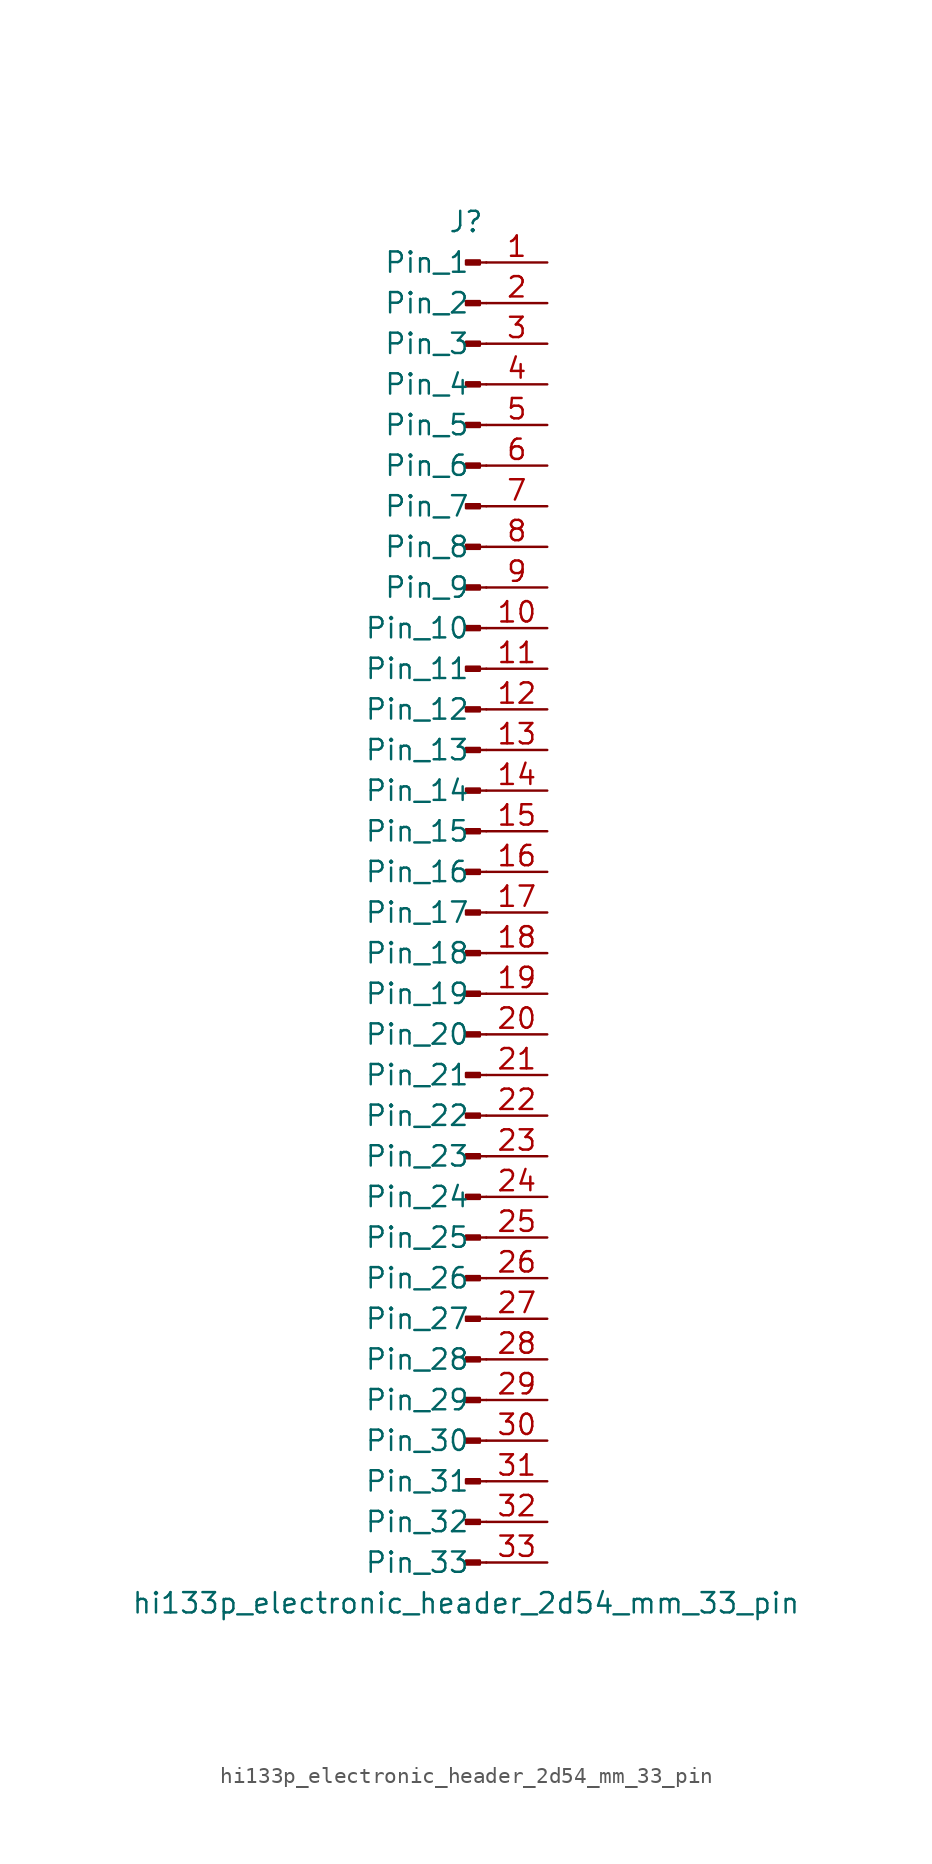
<source format=kicad_sym>
(kicad_symbol_lib
  (version 20220914)
  (generator kicad_symbol_editor)
  (symbol "hi133p_electronic_header_2d54_mm_33_pin"
    (pin_names
      (offset 1.016))
    (property "Reference" "J"
      (at 0 43.18 0)
      (effects (font (size 1.27 1.27))))
    (property "Value" "hi133p_electronic_header_2d54_mm_33_pin"
      (at 0 -43.18 0)
      (effects (font (size 1.27 1.27))))
    (property "ki_locked" ""
      (at 0 0 0)
      (effects (font (size 1.27 1.27))))
    (symbol "hi133p_electronic_header_2d54_mm_33_pin_1_1"
      (polyline (pts (xy 1.27 -40.64) (xy 0.864 -40.64)) (stroke (width 0.152) (type default)) (fill (type none)))
      (polyline (pts (xy 1.27 -38.1) (xy 0.864 -38.1)) (stroke (width 0.152) (type default)) (fill (type none)))
      (polyline (pts (xy 1.27 -35.56) (xy 0.864 -35.56)) (stroke (width 0.152) (type default)) (fill (type none)))
      (polyline (pts (xy 1.27 -33.02) (xy 0.864 -33.02)) (stroke (width 0.152) (type default)) (fill (type none)))
      (polyline (pts (xy 1.27 -30.48) (xy 0.864 -30.48)) (stroke (width 0.152) (type default)) (fill (type none)))
      (polyline (pts (xy 1.27 -27.94) (xy 0.864 -27.94)) (stroke (width 0.152) (type default)) (fill (type none)))
      (polyline (pts (xy 1.27 -25.4) (xy 0.864 -25.4)) (stroke (width 0.152) (type default)) (fill (type none)))
      (polyline (pts (xy 1.27 -22.86) (xy 0.864 -22.86)) (stroke (width 0.152) (type default)) (fill (type none)))
      (polyline (pts (xy 1.27 -20.32) (xy 0.864 -20.32)) (stroke (width 0.152) (type default)) (fill (type none)))
      (polyline (pts (xy 1.27 -17.78) (xy 0.864 -17.78)) (stroke (width 0.152) (type default)) (fill (type none)))
      (polyline (pts (xy 1.27 -15.24) (xy 0.864 -15.24)) (stroke (width 0.152) (type default)) (fill (type none)))
      (polyline (pts (xy 1.27 -12.7) (xy 0.864 -12.7)) (stroke (width 0.152) (type default)) (fill (type none)))
      (polyline (pts (xy 1.27 -10.16) (xy 0.864 -10.16)) (stroke (width 0.152) (type default)) (fill (type none)))
      (polyline (pts (xy 1.27 -7.62) (xy 0.864 -7.62)) (stroke (width 0.152) (type default)) (fill (type none)))
      (polyline (pts (xy 1.27 -5.08) (xy 0.864 -5.08)) (stroke (width 0.152) (type default)) (fill (type none)))
      (polyline (pts (xy 1.27 -2.54) (xy 0.864 -2.54)) (stroke (width 0.152) (type default)) (fill (type none)))
      (polyline (pts (xy 1.27 0) (xy 0.864 0)) (stroke (width 0.152) (type default)) (fill (type none)))
      (polyline (pts (xy 1.27 2.54) (xy 0.864 2.54)) (stroke (width 0.152) (type default)) (fill (type none)))
      (polyline (pts (xy 1.27 5.08) (xy 0.864 5.08)) (stroke (width 0.152) (type default)) (fill (type none)))
      (polyline (pts (xy 1.27 7.62) (xy 0.864 7.62)) (stroke (width 0.152) (type default)) (fill (type none)))
      (polyline (pts (xy 1.27 10.16) (xy 0.864 10.16)) (stroke (width 0.152) (type default)) (fill (type none)))
      (polyline (pts (xy 1.27 12.7) (xy 0.864 12.7)) (stroke (width 0.152) (type default)) (fill (type none)))
      (polyline (pts (xy 1.27 15.24) (xy 0.864 15.24)) (stroke (width 0.152) (type default)) (fill (type none)))
      (polyline (pts (xy 1.27 17.78) (xy 0.864 17.78)) (stroke (width 0.152) (type default)) (fill (type none)))
      (polyline (pts (xy 1.27 20.32) (xy 0.864 20.32)) (stroke (width 0.152) (type default)) (fill (type none)))
      (polyline (pts (xy 1.27 22.86) (xy 0.864 22.86)) (stroke (width 0.152) (type default)) (fill (type none)))
      (polyline (pts (xy 1.27 25.4) (xy 0.864 25.4)) (stroke (width 0.152) (type default)) (fill (type none)))
      (polyline (pts (xy 1.27 27.94) (xy 0.864 27.94)) (stroke (width 0.152) (type default)) (fill (type none)))
      (polyline (pts (xy 1.27 30.48) (xy 0.864 30.48)) (stroke (width 0.152) (type default)) (fill (type none)))
      (polyline (pts (xy 1.27 33.02) (xy 0.864 33.02)) (stroke (width 0.152) (type default)) (fill (type none)))
      (polyline (pts (xy 1.27 35.56) (xy 0.864 35.56)) (stroke (width 0.152) (type default)) (fill (type none)))
      (polyline (pts (xy 1.27 38.1) (xy 0.864 38.1)) (stroke (width 0.152) (type default)) (fill (type none)))
      (polyline (pts (xy 1.27 40.64) (xy 0.864 40.64)) (stroke (width 0.152) (type default)) (fill (type none)))
      (rectangle (start 0.864 -40.513) (end 0 -40.767) (stroke (width 0.152) (type default)) (fill (type outline)))
      (rectangle (start 0.864 -37.973) (end 0 -38.227) (stroke (width 0.152) (type default)) (fill (type outline)))
      (rectangle (start 0.864 -35.433) (end 0 -35.687) (stroke (width 0.152) (type default)) (fill (type outline)))
      (rectangle (start 0.864 -32.893) (end 0 -33.147) (stroke (width 0.152) (type default)) (fill (type outline)))
      (rectangle (start 0.864 -30.353) (end 0 -30.607) (stroke (width 0.152) (type default)) (fill (type outline)))
      (rectangle (start 0.864 -27.813) (end 0 -28.067) (stroke (width 0.152) (type default)) (fill (type outline)))
      (rectangle (start 0.864 -25.273) (end 0 -25.527) (stroke (width 0.152) (type default)) (fill (type outline)))
      (rectangle (start 0.864 -22.733) (end 0 -22.987) (stroke (width 0.152) (type default)) (fill (type outline)))
      (rectangle (start 0.864 -20.193) (end 0 -20.447) (stroke (width 0.152) (type default)) (fill (type outline)))
      (rectangle (start 0.864 -17.653) (end 0 -17.907) (stroke (width 0.152) (type default)) (fill (type outline)))
      (rectangle (start 0.864 -15.113) (end 0 -15.367) (stroke (width 0.152) (type default)) (fill (type outline)))
      (rectangle (start 0.864 -12.573) (end 0 -12.827) (stroke (width 0.152) (type default)) (fill (type outline)))
      (rectangle (start 0.864 -10.033) (end 0 -10.287) (stroke (width 0.152) (type default)) (fill (type outline)))
      (rectangle (start 0.864 -7.493) (end 0 -7.747) (stroke (width 0.152) (type default)) (fill (type outline)))
      (rectangle (start 0.864 -4.953) (end 0 -5.207) (stroke (width 0.152) (type default)) (fill (type outline)))
      (rectangle (start 0.864 -2.413) (end 0 -2.667) (stroke (width 0.152) (type default)) (fill (type outline)))
      (rectangle (start 0.864 0.127) (end 0 -0.127) (stroke (width 0.152) (type default)) (fill (type outline)))
      (rectangle (start 0.864 2.667) (end 0 2.413) (stroke (width 0.152) (type default)) (fill (type outline)))
      (rectangle (start 0.864 5.207) (end 0 4.953) (stroke (width 0.152) (type default)) (fill (type outline)))
      (rectangle (start 0.864 7.747) (end 0 7.493) (stroke (width 0.152) (type default)) (fill (type outline)))
      (rectangle (start 0.864 10.287) (end 0 10.033) (stroke (width 0.152) (type default)) (fill (type outline)))
      (rectangle (start 0.864 12.827) (end 0 12.573) (stroke (width 0.152) (type default)) (fill (type outline)))
      (rectangle (start 0.864 15.367) (end 0 15.113) (stroke (width 0.152) (type default)) (fill (type outline)))
      (rectangle (start 0.864 17.907) (end 0 17.653) (stroke (width 0.152) (type default)) (fill (type outline)))
      (rectangle (start 0.864 20.447) (end 0 20.193) (stroke (width 0.152) (type default)) (fill (type outline)))
      (rectangle (start 0.864 22.987) (end 0 22.733) (stroke (width 0.152) (type default)) (fill (type outline)))
      (rectangle (start 0.864 25.527) (end 0 25.273) (stroke (width 0.152) (type default)) (fill (type outline)))
      (rectangle (start 0.864 28.067) (end 0 27.813) (stroke (width 0.152) (type default)) (fill (type outline)))
      (rectangle (start 0.864 30.607) (end 0 30.353) (stroke (width 0.152) (type default)) (fill (type outline)))
      (rectangle (start 0.864 33.147) (end 0 32.893) (stroke (width 0.152) (type default)) (fill (type outline)))
      (rectangle (start 0.864 35.687) (end 0 35.433) (stroke (width 0.152) (type default)) (fill (type outline)))
      (rectangle (start 0.864 38.227) (end 0 37.973) (stroke (width 0.152) (type default)) (fill (type outline)))
      (rectangle (start 0.864 40.767) (end 0 40.513) (stroke (width 0.152) (type default)) (fill (type outline)))
      (pin passive line (at 5.08 40.64 180) (length 3.81) (name "Pin_1" (effects (font (size 1.27 1.27)))) (number "1" (effects (font (size 1.27 1.27)))))
      (pin passive line (at 5.08 17.78 180) (length 3.81) (name "Pin_10" (effects (font (size 1.27 1.27)))) (number "10" (effects (font (size 1.27 1.27)))))
      (pin passive line (at 5.08 15.24 180) (length 3.81) (name "Pin_11" (effects (font (size 1.27 1.27)))) (number "11" (effects (font (size 1.27 1.27)))))
      (pin passive line (at 5.08 12.7 180) (length 3.81) (name "Pin_12" (effects (font (size 1.27 1.27)))) (number "12" (effects (font (size 1.27 1.27)))))
      (pin passive line (at 5.08 10.16 180) (length 3.81) (name "Pin_13" (effects (font (size 1.27 1.27)))) (number "13" (effects (font (size 1.27 1.27)))))
      (pin passive line (at 5.08 7.62 180) (length 3.81) (name "Pin_14" (effects (font (size 1.27 1.27)))) (number "14" (effects (font (size 1.27 1.27)))))
      (pin passive line (at 5.08 5.08 180) (length 3.81) (name "Pin_15" (effects (font (size 1.27 1.27)))) (number "15" (effects (font (size 1.27 1.27)))))
      (pin passive line (at 5.08 2.54 180) (length 3.81) (name "Pin_16" (effects (font (size 1.27 1.27)))) (number "16" (effects (font (size 1.27 1.27)))))
      (pin passive line (at 5.08 0 180) (length 3.81) (name "Pin_17" (effects (font (size 1.27 1.27)))) (number "17" (effects (font (size 1.27 1.27)))))
      (pin passive line (at 5.08 -2.54 180) (length 3.81) (name "Pin_18" (effects (font (size 1.27 1.27)))) (number "18" (effects (font (size 1.27 1.27)))))
      (pin passive line (at 5.08 -5.08 180) (length 3.81) (name "Pin_19" (effects (font (size 1.27 1.27)))) (number "19" (effects (font (size 1.27 1.27)))))
      (pin passive line (at 5.08 38.1 180) (length 3.81) (name "Pin_2" (effects (font (size 1.27 1.27)))) (number "2" (effects (font (size 1.27 1.27)))))
      (pin passive line (at 5.08 -7.62 180) (length 3.81) (name "Pin_20" (effects (font (size 1.27 1.27)))) (number "20" (effects (font (size 1.27 1.27)))))
      (pin passive line (at 5.08 -10.16 180) (length 3.81) (name "Pin_21" (effects (font (size 1.27 1.27)))) (number "21" (effects (font (size 1.27 1.27)))))
      (pin passive line (at 5.08 -12.7 180) (length 3.81) (name "Pin_22" (effects (font (size 1.27 1.27)))) (number "22" (effects (font (size 1.27 1.27)))))
      (pin passive line (at 5.08 -15.24 180) (length 3.81) (name "Pin_23" (effects (font (size 1.27 1.27)))) (number "23" (effects (font (size 1.27 1.27)))))
      (pin passive line (at 5.08 -17.78 180) (length 3.81) (name "Pin_24" (effects (font (size 1.27 1.27)))) (number "24" (effects (font (size 1.27 1.27)))))
      (pin passive line (at 5.08 -20.32 180) (length 3.81) (name "Pin_25" (effects (font (size 1.27 1.27)))) (number "25" (effects (font (size 1.27 1.27)))))
      (pin passive line (at 5.08 -22.86 180) (length 3.81) (name "Pin_26" (effects (font (size 1.27 1.27)))) (number "26" (effects (font (size 1.27 1.27)))))
      (pin passive line (at 5.08 -25.4 180) (length 3.81) (name "Pin_27" (effects (font (size 1.27 1.27)))) (number "27" (effects (font (size 1.27 1.27)))))
      (pin passive line (at 5.08 -27.94 180) (length 3.81) (name "Pin_28" (effects (font (size 1.27 1.27)))) (number "28" (effects (font (size 1.27 1.27)))))
      (pin passive line (at 5.08 -30.48 180) (length 3.81) (name "Pin_29" (effects (font (size 1.27 1.27)))) (number "29" (effects (font (size 1.27 1.27)))))
      (pin passive line (at 5.08 35.56 180) (length 3.81) (name "Pin_3" (effects (font (size 1.27 1.27)))) (number "3" (effects (font (size 1.27 1.27)))))
      (pin passive line (at 5.08 -33.02 180) (length 3.81) (name "Pin_30" (effects (font (size 1.27 1.27)))) (number "30" (effects (font (size 1.27 1.27)))))
      (pin passive line (at 5.08 -35.56 180) (length 3.81) (name "Pin_31" (effects (font (size 1.27 1.27)))) (number "31" (effects (font (size 1.27 1.27)))))
      (pin passive line (at 5.08 -38.1 180) (length 3.81) (name "Pin_32" (effects (font (size 1.27 1.27)))) (number "32" (effects (font (size 1.27 1.27)))))
      (pin passive line (at 5.08 -40.64 180) (length 3.81) (name "Pin_33" (effects (font (size 1.27 1.27)))) (number "33" (effects (font (size 1.27 1.27)))))
      (pin passive line (at 5.08 33.02 180) (length 3.81) (name "Pin_4" (effects (font (size 1.27 1.27)))) (number "4" (effects (font (size 1.27 1.27)))))
      (pin passive line (at 5.08 30.48 180) (length 3.81) (name "Pin_5" (effects (font (size 1.27 1.27)))) (number "5" (effects (font (size 1.27 1.27)))))
      (pin passive line (at 5.08 27.94 180) (length 3.81) (name "Pin_6" (effects (font (size 1.27 1.27)))) (number "6" (effects (font (size 1.27 1.27)))))
      (pin passive line (at 5.08 25.4 180) (length 3.81) (name "Pin_7" (effects (font (size 1.27 1.27)))) (number "7" (effects (font (size 1.27 1.27)))))
      (pin passive line (at 5.08 22.86 180) (length 3.81) (name "Pin_8" (effects (font (size 1.27 1.27)))) (number "8" (effects (font (size 1.27 1.27)))))
      (pin passive line (at 5.08 20.32 180) (length 3.81) (name "Pin_9" (effects (font (size 1.27 1.27)))) (number "9" (effects (font (size 1.27 1.27))))))))
</source>
